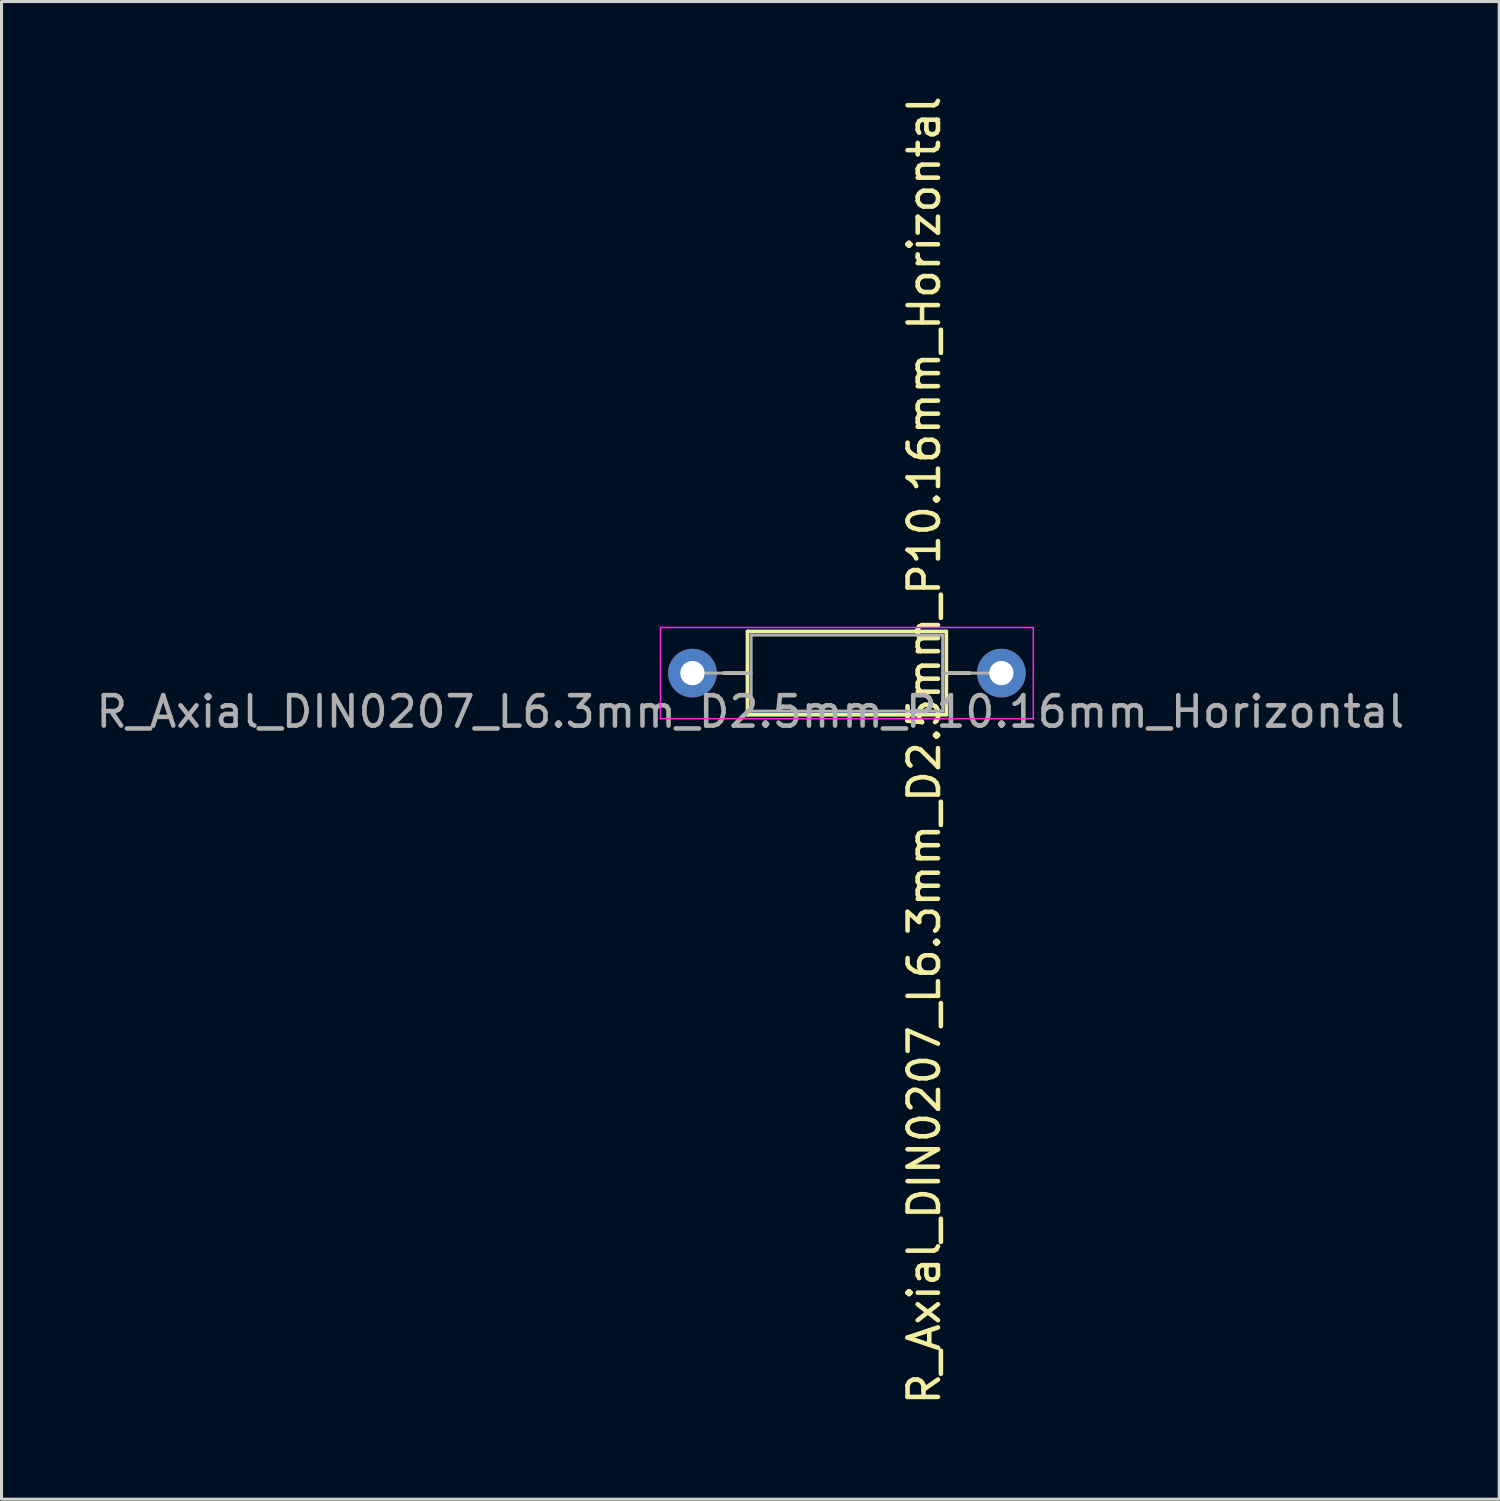
<source format=kicad_pcb>
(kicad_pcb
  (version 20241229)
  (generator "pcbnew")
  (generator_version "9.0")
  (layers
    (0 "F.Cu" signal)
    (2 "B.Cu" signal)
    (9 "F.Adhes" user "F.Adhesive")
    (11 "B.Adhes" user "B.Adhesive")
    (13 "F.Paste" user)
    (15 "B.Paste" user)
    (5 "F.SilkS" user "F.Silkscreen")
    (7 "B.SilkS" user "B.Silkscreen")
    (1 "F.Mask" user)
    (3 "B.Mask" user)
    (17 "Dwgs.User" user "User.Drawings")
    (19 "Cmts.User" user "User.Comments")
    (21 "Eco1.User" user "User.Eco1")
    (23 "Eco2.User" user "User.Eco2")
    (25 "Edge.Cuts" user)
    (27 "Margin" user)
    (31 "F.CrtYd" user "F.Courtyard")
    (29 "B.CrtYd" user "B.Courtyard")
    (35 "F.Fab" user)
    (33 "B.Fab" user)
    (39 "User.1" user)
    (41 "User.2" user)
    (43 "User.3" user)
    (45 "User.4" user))
  (footprint "R_Axial_DIN0207_L6.3mm_D2.5mm_P10.16mm_Horizontal"
    (layer "F.Cu")
    (at 19.72 19.085)
    (property "Reference" "R_Axial_DIN0207_L6.3mm_D2.5mm_P10.16mm_Horizontal" (at 7.62 2.54 90) (layer "F.SilkS") (effects (font (size 1 1) (thickness 0.15))))
    (attr through_hole)
    (fp_line (start 1.04 0) (end 1.81 0) (stroke (width 0.12) (type solid)) (layer "F.SilkS"))
    (fp_line (start 1.81 -1.37) (end 1.81 1.37) (stroke (width 0.12) (type solid)) (layer "F.SilkS"))
    (fp_line (start 1.81 1.37) (end 8.35 1.37) (stroke (width 0.12) (type solid)) (layer "F.SilkS"))
    (fp_line (start 8.35 -1.37) (end 1.81 -1.37) (stroke (width 0.12) (type solid)) (layer "F.SilkS"))
    (fp_line (start 8.35 1.37) (end 8.35 -1.37) (stroke (width 0.12) (type solid)) (layer "F.SilkS"))
    (fp_line (start 9.12 0) (end 8.35 0) (stroke (width 0.12) (type solid)) (layer "F.SilkS"))
    (fp_line (start -1.05 -1.5) (end -1.05 1.5) (stroke (width 0.05) (type solid)) (layer "F.CrtYd"))
    (fp_line (start -1.05 1.5) (end 11.21 1.5) (stroke (width 0.05) (type solid)) (layer "F.CrtYd"))
    (fp_line (start 11.21 -1.5) (end -1.05 -1.5) (stroke (width 0.05) (type solid)) (layer "F.CrtYd"))
    (fp_line (start 11.21 1.5) (end 11.21 -1.5) (stroke (width 0.05) (type solid)) (layer "F.CrtYd"))
    (fp_line (start 0 0) (end 1.93 0) (stroke (width 0.1) (type solid)) (layer "F.Fab"))
    (fp_line (start 1.93 -1.25) (end 1.93 1.25) (stroke (width 0.1) (type solid)) (layer "F.Fab"))
    (fp_line (start 1.93 1.25) (end 8.23 1.25) (stroke (width 0.1) (type solid)) (layer "F.Fab"))
    (fp_line (start 8.23 -1.25) (end 1.93 -1.25) (stroke (width 0.1) (type solid)) (layer "F.Fab"))
    (fp_line (start 8.23 1.25) (end 8.23 -1.25) (stroke (width 0.1) (type solid)) (layer "F.Fab"))
    (fp_line (start 10.16 0) (end 8.23 0) (stroke (width 0.1) (type solid)) (layer "F.Fab"))
    (fp_text user "${REFERENCE}" (at 1.905 1.27 0) (layer "F.Fab") (effects (font (size 1 1) (thickness 0.15))))
    (pad "1" thru_hole circle (at 0 0) (size 1.6 1.6) (drill 0.8) (layers "*.Cu" "*.Mask"))
    (pad "2" thru_hole oval (at 10.16 0) (size 1.6 1.6) (drill 0.8) (layers "*.Cu" "*.Mask")))
  (gr_rect
    (start -3 -3)
    (end 46.25 46.25)
    (stroke (width 0.1) (type default))
    (fill no)
    (layer "Edge.Cuts")))
</source>
